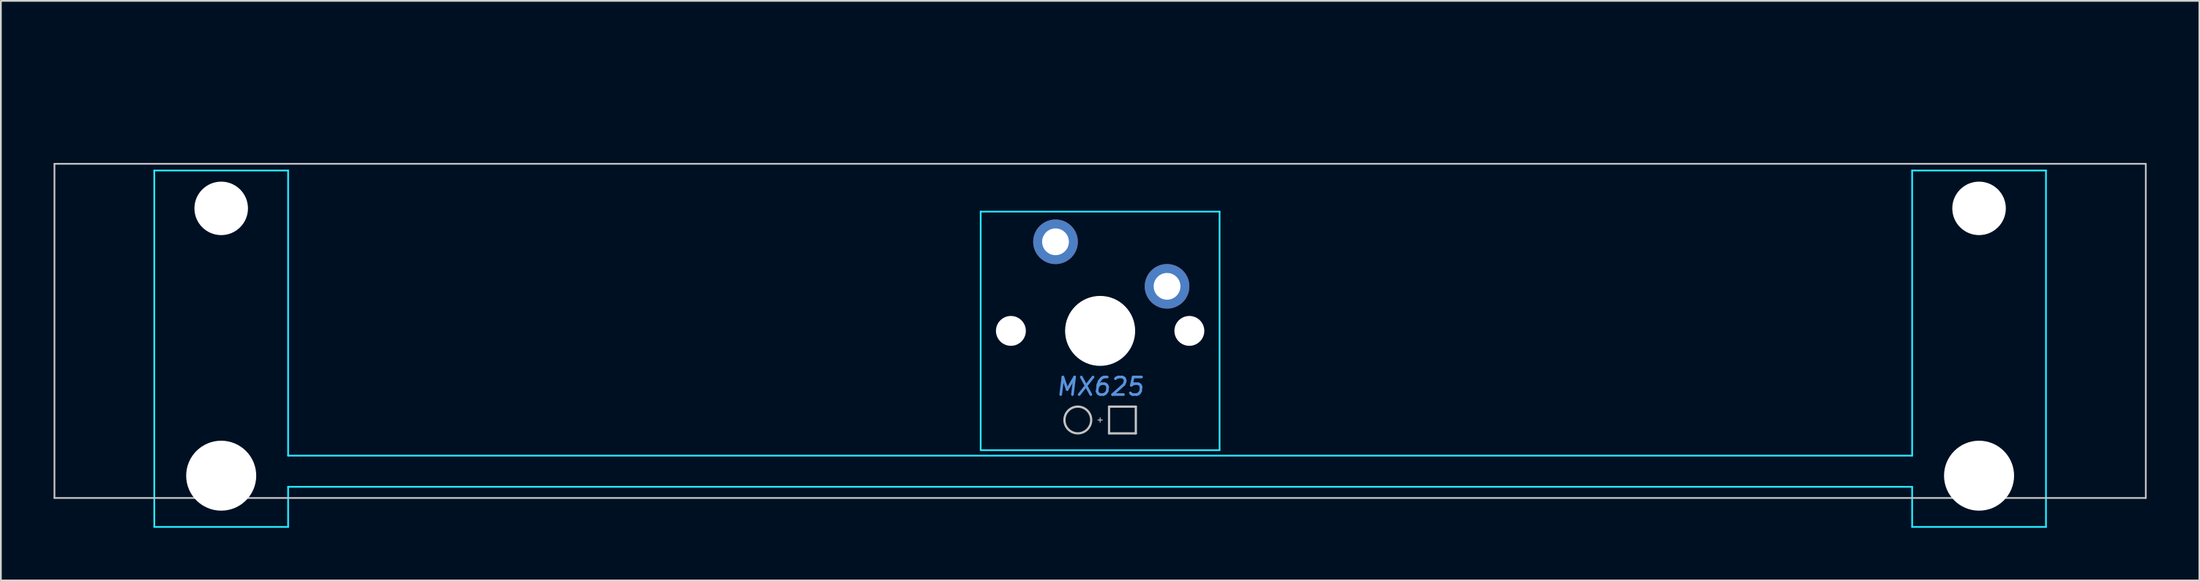
<source format=kicad_pcb>
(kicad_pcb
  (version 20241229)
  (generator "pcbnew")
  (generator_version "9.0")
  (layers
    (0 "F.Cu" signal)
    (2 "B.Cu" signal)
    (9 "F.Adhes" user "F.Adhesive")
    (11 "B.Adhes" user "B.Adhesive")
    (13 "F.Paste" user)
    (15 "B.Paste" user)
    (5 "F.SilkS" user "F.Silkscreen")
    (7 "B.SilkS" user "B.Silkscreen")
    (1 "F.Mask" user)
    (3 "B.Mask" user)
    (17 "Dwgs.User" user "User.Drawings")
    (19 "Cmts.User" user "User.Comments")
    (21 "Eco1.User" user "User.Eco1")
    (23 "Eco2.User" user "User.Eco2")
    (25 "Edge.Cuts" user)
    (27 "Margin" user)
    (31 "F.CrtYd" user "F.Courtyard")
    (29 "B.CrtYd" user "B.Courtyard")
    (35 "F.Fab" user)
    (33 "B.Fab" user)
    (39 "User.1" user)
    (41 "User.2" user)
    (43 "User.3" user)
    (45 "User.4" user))
  (footprint "MX625"
    (layer "F.Cu")
    (at 59.581 15.815)
    (property "Reference" "MX625" (at 0 3.175 0) (layer "Cmts.User") (effects (font (size 1 1) (thickness 0.15) (italic yes))))
    (attr through_hole)
    (fp_line (start -59.531 -9.525) (end -59.531 9.525) (stroke (width 0.1) (type solid)) (layer "Dwgs.User"))
    (fp_line (start -59.531 -9.525) (end 59.531 -9.525) (stroke (width 0.1) (type solid)) (layer "Dwgs.User"))
    (fp_line (start -59.531 9.525) (end 59.531 9.525) (stroke (width 0.1) (type solid)) (layer "Dwgs.User"))
    (fp_line (start -0.127 5.08) (end 0.127 5.08) (stroke (width 0.051) (type solid)) (layer "Dwgs.User"))
    (fp_line (start 0 5.207) (end 0 4.953) (stroke (width 0.051) (type solid)) (layer "Dwgs.User"))
    (fp_line (start 0.508 4.318) (end 0.508 5.842) (stroke (width 0.127) (type solid)) (layer "Dwgs.User"))
    (fp_line (start 0.508 4.318) (end 2.032 4.318) (stroke (width 0.127) (type solid)) (layer "Dwgs.User"))
    (fp_line (start 0.508 5.842) (end 2.032 5.842) (stroke (width 0.127) (type solid)) (layer "Dwgs.User"))
    (fp_line (start 2.032 5.842) (end 2.032 4.318) (stroke (width 0.127) (type solid)) (layer "Dwgs.User"))
    (fp_line (start 59.531 -9.525) (end 59.531 9.525) (stroke (width 0.1) (type solid)) (layer "Dwgs.User"))
    (fp_circle (center -1.27 5.08) (end -0.508 5.08) (stroke (width 0.127) (type solid)) (fill no) (layer "Dwgs.User"))
    (fp_line (start -54.28 -3.302) (end -53.264 -3.302) (stroke (width 0.1) (type solid)) (layer "Eco1.User"))
    (fp_line (start -54.28 -0.508) (end -54.28 -3.302) (stroke (width 0.1) (type solid)) (layer "Eco1.User"))
    (fp_line (start -53.264 -3.302) (end -53.264 -5.69) (stroke (width 0.1) (type solid)) (layer "Eco1.User"))
    (fp_line (start -53.264 -0.508) (end -54.28 -0.508) (stroke (width 0.1) (type solid)) (layer "Eco1.User"))
    (fp_line (start -53.264 -5.69) (end -46.609 -5.69) (stroke (width 0.1) (type solid)) (layer "Eco1.User"))
    (fp_line (start -53.264 6.604) (end -53.264 -0.508) (stroke (width 0.1) (type solid)) (layer "Eco1.User"))
    (fp_line (start -51.46 6.604) (end -53.264 6.604) (stroke (width 0.1) (type solid)) (layer "Eco1.User"))
    (fp_line (start -51.46 7.772) (end -51.46 6.604) (stroke (width 0.1) (type solid)) (layer "Eco1.User"))
    (fp_line (start -48.412 6.604) (end -48.412 7.772) (stroke (width 0.1) (type solid)) (layer "Eco1.User"))
    (fp_line (start -48.412 7.772) (end -51.46 7.772) (stroke (width 0.1) (type solid)) (layer "Eco1.User"))
    (fp_line (start -46.609 -5.69) (end -46.609 -2.286) (stroke (width 0.1) (type solid)) (layer "Eco1.User"))
    (fp_line (start -46.609 -2.286) (end -6.985 -2.286) (stroke (width 0.1) (type solid)) (layer "Eco1.User"))
    (fp_line (start -46.609 2.286) (end -46.609 6.604) (stroke (width 0.1) (type solid)) (layer "Eco1.User"))
    (fp_line (start -46.609 6.604) (end -48.412 6.604) (stroke (width 0.1) (type solid)) (layer "Eco1.User"))
    (fp_line (start -7 -7) (end 7 -7) (stroke (width 0.1) (type solid)) (layer "Eco1.User"))
    (fp_line (start -7 7) (end -6.985 2.286) (stroke (width 0.1) (type solid)) (layer "Eco1.User"))
    (fp_line (start -6.985 -2.286) (end -7 -7) (stroke (width 0.1) (type solid)) (layer "Eco1.User"))
    (fp_line (start -6.985 2.286) (end -46.609 2.286) (stroke (width 0.1) (type solid)) (layer "Eco1.User"))
    (fp_line (start -0.000028 -0.941) (end 0.000028 0.941) (stroke (width 0.1) (type solid)) (layer "Eco1.User"))
    (fp_line (start 0 -15.765) (end 0 -15.765) (stroke (width 0.1) (type solid)) (layer "Eco1.User"))
    (fp_line (start 0 -15.765) (end 0 -15.765) (stroke (width 0.1) (type solid)) (layer "Eco1.User"))
    (fp_line (start 0 -15.765) (end 0 -15.765) (stroke (width 0.1) (type solid)) (layer "Eco1.User"))
    (fp_line (start 0.941 -0.000031) (end -0.941 0.000025) (stroke (width 0.1) (type solid)) (layer "Eco1.User"))
    (fp_line (start 6.985 -2.286) (end 46.609 -2.286) (stroke (width 0.1) (type solid)) (layer "Eco1.User"))
    (fp_line (start 6.985 6.985) (end -7 7) (stroke (width 0.1) (type solid)) (layer "Eco1.User"))
    (fp_line (start 6.985 2.286) (end 6.985 6.985) (stroke (width 0.1) (type solid)) (layer "Eco1.User"))
    (fp_line (start 7 -7) (end 6.985 -2.286) (stroke (width 0.1) (type solid)) (layer "Eco1.User"))
    (fp_line (start 46.609 -2.286) (end 46.609 -5.69) (stroke (width 0.1) (type solid)) (layer "Eco1.User"))
    (fp_line (start 46.609 6.604) (end 46.609 2.286) (stroke (width 0.1) (type solid)) (layer "Eco1.User"))
    (fp_line (start 46.609 -5.69) (end 53.264 -5.69) (stroke (width 0.1) (type solid)) (layer "Eco1.User"))
    (fp_line (start 46.609 2.286) (end 6.985 2.286) (stroke (width 0.1) (type solid)) (layer "Eco1.User"))
    (fp_line (start 48.412 6.604) (end 46.609 6.604) (stroke (width 0.1) (type solid)) (layer "Eco1.User"))
    (fp_line (start 48.412 7.772) (end 48.412 6.604) (stroke (width 0.1) (type solid)) (layer "Eco1.User"))
    (fp_line (start 51.46 6.604) (end 51.46 7.772) (stroke (width 0.1) (type solid)) (layer "Eco1.User"))
    (fp_line (start 51.46 7.772) (end 48.412 7.772) (stroke (width 0.1) (type solid)) (layer "Eco1.User"))
    (fp_line (start 53.264 -5.69) (end 53.264 -3.302) (stroke (width 0.1) (type solid)) (layer "Eco1.User"))
    (fp_line (start 53.264 6.604) (end 51.46 6.604) (stroke (width 0.1) (type solid)) (layer "Eco1.User"))
    (fp_line (start 53.264 -3.302) (end 54.28 -3.302) (stroke (width 0.1) (type solid)) (layer "Eco1.User"))
    (fp_line (start 53.264 -0.508) (end 53.264 6.604) (stroke (width 0.1) (type solid)) (layer "Eco1.User"))
    (fp_line (start 54.28 -3.302) (end 54.28 -0.508) (stroke (width 0.1) (type solid)) (layer "Eco1.User"))
    (fp_line (start 54.28 -0.508) (end 53.264 -0.508) (stroke (width 0.1) (type solid)) (layer "Eco1.User"))
    (fp_line (start -53.848 -9.144) (end -53.848 11.176) (stroke (width 0.1) (type solid)) (layer "B.CrtYd"))
    (fp_line (start -53.848 -9.144) (end -46.228 -9.144) (stroke (width 0.1) (type solid)) (layer "B.CrtYd"))
    (fp_line (start -53.848 11.176) (end -46.228 11.176) (stroke (width 0.1) (type solid)) (layer "B.CrtYd"))
    (fp_line (start -46.228 7.112) (end -46.228 -9.144) (stroke (width 0.1) (type solid)) (layer "B.CrtYd"))
    (fp_line (start -46.228 7.112) (end 46.228 7.112) (stroke (width 0.1) (type solid)) (layer "B.CrtYd"))
    (fp_line (start -46.228 8.89) (end -46.228 11.176) (stroke (width 0.1) (type solid)) (layer "B.CrtYd"))
    (fp_line (start -46.228 8.89) (end 46.228 8.89) (stroke (width 0.1) (type solid)) (layer "B.CrtYd"))
    (fp_line (start -6.8 -6.8) (end -6.8 6.8) (stroke (width 0.1) (type solid)) (layer "B.CrtYd"))
    (fp_line (start -6.8 -6.8) (end 6.8 -6.8) (stroke (width 0.1) (type solid)) (layer "B.CrtYd"))
    (fp_line (start -6.8 6.8) (end 6.8 6.8) (stroke (width 0.1) (type solid)) (layer "B.CrtYd"))
    (fp_line (start 6.8 6.8) (end 6.8 -6.8) (stroke (width 0.1) (type solid)) (layer "B.CrtYd"))
    (fp_line (start 46.228 -9.144) (end 53.848 -9.144) (stroke (width 0.1) (type solid)) (layer "B.CrtYd"))
    (fp_line (start 46.228 7.112) (end 46.228 -9.144) (stroke (width 0.1) (type solid)) (layer "B.CrtYd"))
    (fp_line (start 46.228 8.89) (end 46.228 11.176) (stroke (width 0.1) (type solid)) (layer "B.CrtYd"))
    (fp_line (start 46.228 11.176) (end 53.848 11.176) (stroke (width 0.1) (type solid)) (layer "B.CrtYd"))
    (fp_line (start 53.848 -9.144) (end 53.848 11.176) (stroke (width 0.1) (type solid)) (layer "B.CrtYd"))
    (pad "" np_thru_hole circle (at -50.038 -6.985 180) (size 3.048 3.048) (drill 3.048) (layers "*.Cu" "*.Mask"))
    (pad "" np_thru_hole circle (at -50.038 8.255 180) (size 3.988 3.988) (drill 3.988) (layers "*.Cu" "*.Mask"))
    (pad "" np_thru_hole circle (at -5.08 0) (size 1.702 1.702) (drill 1.702) (layers "*.Cu" "*.Mask"))
    (pad "" np_thru_hole circle (at 0 0) (size 3.988 3.988) (drill 3.988) (layers "*.Cu" "*.Mask"))
    (pad "" np_thru_hole circle (at 5.08 0) (size 1.702 1.702) (drill 1.702) (layers "*.Cu" "*.Mask"))
    (pad "" np_thru_hole circle (at 50.038 -6.985 180) (size 3.048 3.048) (drill 3.048) (layers "*.Cu" "*.Mask"))
    (pad "" np_thru_hole circle (at 50.038 8.255 180) (size 3.988 3.988) (drill 3.988) (layers "*.Cu" "*.Mask"))
    (pad "1" thru_hole circle (at -2.54 -5.08) (size 2.54 2.54) (drill 1.524) (layers "*.Cu" "*.Mask"))
    (pad "2" thru_hole circle (at 3.81 -2.54) (size 2.54 2.54) (drill 1.524) (layers "*.Cu" "*.Mask")))
  (gr_rect
    (start -3 -3)
    (end 122.162 30.041)
    (stroke (width 0.1) (type default))
    (fill no)
    (layer "Edge.Cuts")))
</source>
